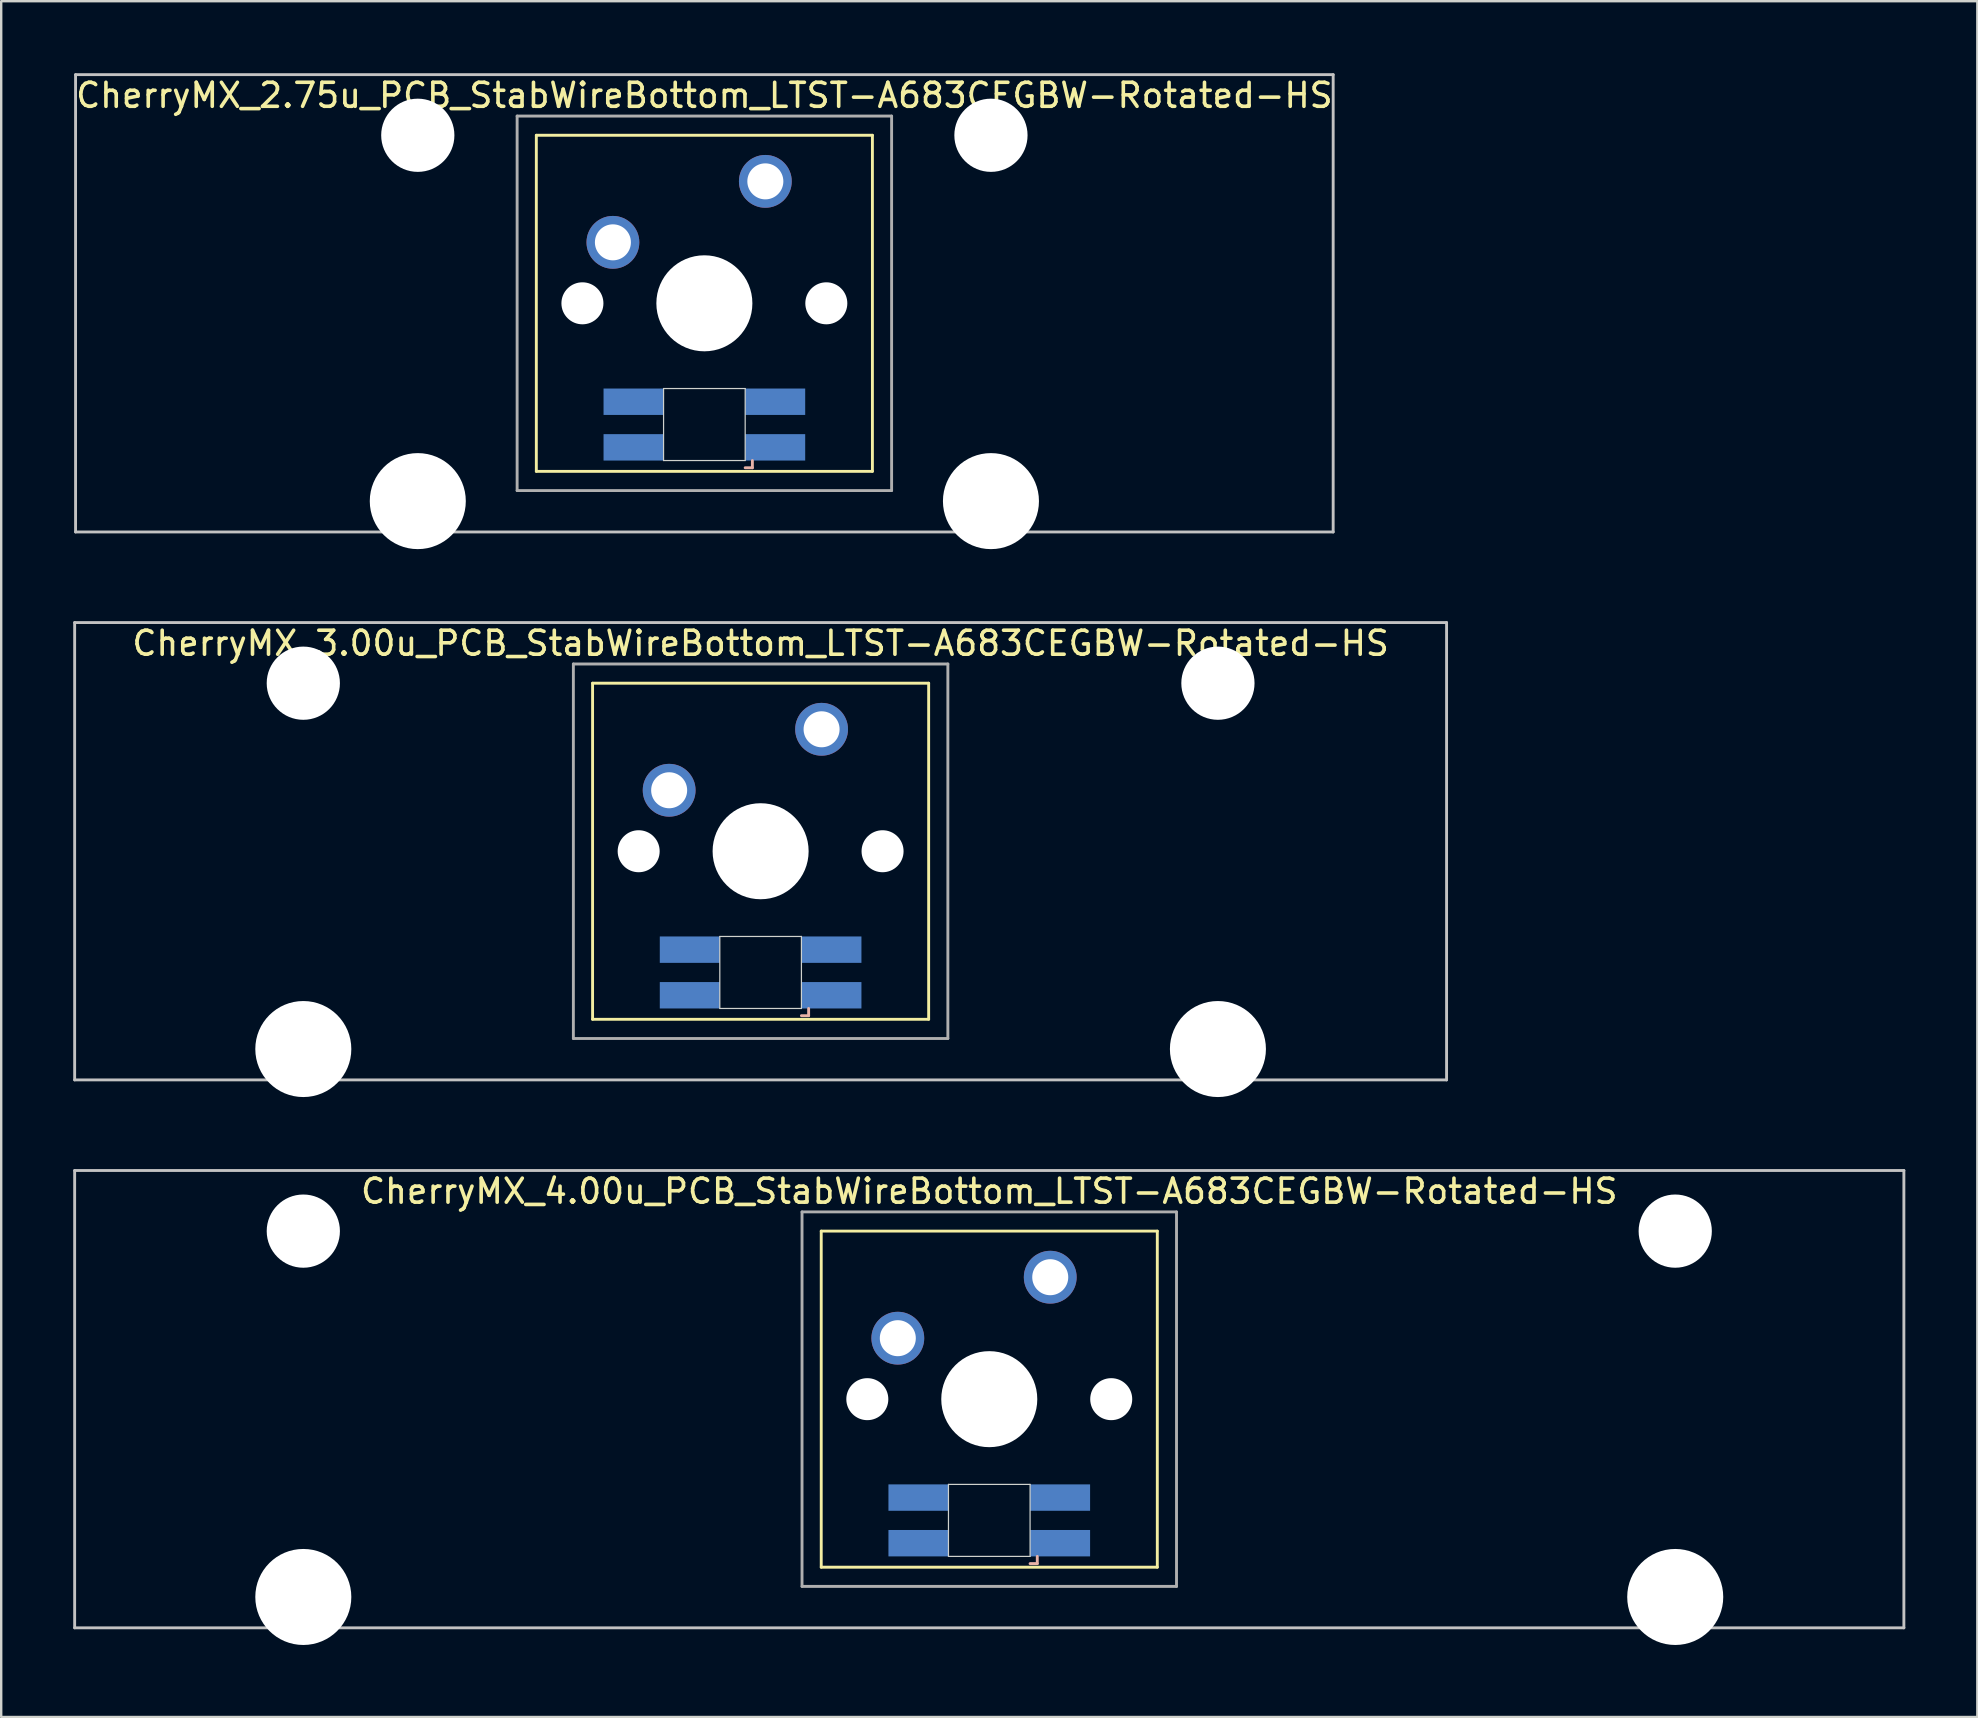
<source format=kicad_pcb>
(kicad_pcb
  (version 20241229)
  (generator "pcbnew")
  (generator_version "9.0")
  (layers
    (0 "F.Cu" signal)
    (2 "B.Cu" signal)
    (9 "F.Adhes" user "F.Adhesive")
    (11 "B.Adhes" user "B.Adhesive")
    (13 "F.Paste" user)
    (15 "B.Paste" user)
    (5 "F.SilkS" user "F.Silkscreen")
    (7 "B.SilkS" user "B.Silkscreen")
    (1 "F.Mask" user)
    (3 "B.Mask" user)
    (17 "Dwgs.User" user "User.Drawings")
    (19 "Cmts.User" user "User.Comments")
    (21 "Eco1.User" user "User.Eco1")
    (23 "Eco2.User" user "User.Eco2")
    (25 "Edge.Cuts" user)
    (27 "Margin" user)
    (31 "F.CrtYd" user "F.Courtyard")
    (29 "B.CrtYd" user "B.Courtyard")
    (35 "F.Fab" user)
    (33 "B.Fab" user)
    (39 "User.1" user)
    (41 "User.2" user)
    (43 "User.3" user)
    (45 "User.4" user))
  (footprint "CherryMX_3.00u_PCB_StabWireBottom_LTST-A683CEGBW-Rotated-HS"
    (layer "F.Cu")
    (at 28.635 32.41)
    (property "Reference" "CherryMX_3.00u_PCB_StabWireBottom_LTST-A683CEGBW-Rotated-HS" (at 0 -8.662 0) (layer "F.SilkS") (effects (font (size 1 1) (thickness 0.15))))
    (attr through_hole)
    (fp_line (start -7 -7) (end -7 7) (stroke (width 0.12) (type solid)) (layer "F.SilkS"))
    (fp_line (start -7 -7) (end 7 -7) (stroke (width 0.12) (type solid)) (layer "F.SilkS"))
    (fp_line (start 7 -7) (end 7 7) (stroke (width 0.12) (type solid)) (layer "F.SilkS"))
    (fp_line (start 7 7) (end -7 7) (stroke (width 0.12) (type solid)) (layer "F.SilkS"))
    (fp_line (start 1.7 6.85) (end 2 6.85) (stroke (width 0.12) (type solid)) (layer "B.SilkS"))
    (fp_line (start 2 6.85) (end 2 6.55) (stroke (width 0.12) (type solid)) (layer "B.SilkS"))
    (fp_line (start -28.575 -9.525) (end 28.575 -9.525) (stroke (width 0.12) (type solid)) (layer "Dwgs.User"))
    (fp_line (start -28.575 9.525) (end -28.575 -9.525) (stroke (width 0.12) (type solid)) (layer "Dwgs.User"))
    (fp_line (start 28.575 -9.525) (end 28.575 9.525) (stroke (width 0.12) (type solid)) (layer "Dwgs.User"))
    (fp_line (start 28.575 9.525) (end -28.575 9.525) (stroke (width 0.12) (type solid)) (layer "Dwgs.User"))
    (fp_line (start -1.7 3.55) (end 1.7 3.55) (stroke (width 0.05) (type solid)) (layer "Edge.Cuts"))
    (fp_line (start -1.7 6.55) (end -1.7 3.55) (stroke (width 0.05) (type solid)) (layer "Edge.Cuts"))
    (fp_line (start 1.7 3.55) (end 1.7 6.55) (stroke (width 0.05) (type solid)) (layer "Edge.Cuts"))
    (fp_line (start 1.7 6.55) (end -1.7 6.55) (stroke (width 0.05) (type solid)) (layer "Edge.Cuts"))
    (fp_line (start -7.8 -7.8) (end -7.8 7.8) (stroke (width 0.12) (type solid)) (layer "F.Fab"))
    (fp_line (start -7.8 -7.8) (end 7.8 -7.8) (stroke (width 0.12) (type solid)) (layer "F.Fab"))
    (fp_line (start -7.8 7.8) (end 7.8 7.8) (stroke (width 0.12) (type solid)) (layer "F.Fab"))
    (fp_line (start 7.8 -7.8) (end 7.8 7.8) (stroke (width 0.12) (type solid)) (layer "F.Fab"))
    (pad "" np_thru_hole circle (at -19.05 -7) (size 3.05 3.05) (drill 3.05) (layers "*.Cu" "*.Mask"))
    (pad "" np_thru_hole circle (at -19.05 8.24) (size 4 4) (drill 4) (layers "*.Cu" "*.Mask"))
    (pad "" np_thru_hole circle (at -5.08 0) (size 1.75 1.75) (drill 1.75) (layers "*.Cu" "*.Mask"))
    (pad "" np_thru_hole circle (at 0 0) (size 4 4) (drill 4) (layers "*.Cu" "*.Mask"))
    (pad "" np_thru_hole circle (at 5.08 0) (size 1.75 1.75) (drill 1.75) (layers "*.Cu" "*.Mask"))
    (pad "" np_thru_hole circle (at 19.05 -7) (size 3.05 3.05) (drill 3.05) (layers "*.Cu" "*.Mask"))
    (pad "" np_thru_hole circle (at 19.05 8.24) (size 4 4) (drill 4) (layers "*.Cu" "*.Mask"))
    (pad "1" thru_hole circle (at -3.81 -2.54) (size 2.2 2.2) (drill 1.5) (layers "*.Cu" "*.Mask"))
    (pad "2" thru_hole circle (at 2.54 -5.08) (size 2.2 2.2) (drill 1.5) (layers "*.Cu" "*.Mask"))
    (pad "3" smd rect (at 2.95 6) (size 2.5 1.1) (layers "B.Cu" "B.Mask" "B.Paste"))
    (pad "4" smd rect (at 2.95 4.1) (size 2.5 1.1) (layers "B.Cu" "B.Mask" "B.Paste"))
    (pad "5" smd rect (at -2.95 6) (size 2.5 1.1) (layers "B.Cu" "B.Mask" "B.Paste"))
    (pad "6" smd rect (at -2.95 4.1) (size 2.5 1.1) (layers "B.Cu" "B.Mask" "B.Paste")))
  (footprint "CherryMX_4.00u_PCB_StabWireBottom_LTST-A683CEGBW-Rotated-HS"
    (layer "F.Cu")
    (at 38.16 55.235)
    (property "Reference" "CherryMX_4.00u_PCB_StabWireBottom_LTST-A683CEGBW-Rotated-HS" (at 0 -8.662 0) (layer "F.SilkS") (effects (font (size 1 1) (thickness 0.15))))
    (attr through_hole)
    (fp_line (start -7 -7) (end -7 7) (stroke (width 0.12) (type solid)) (layer "F.SilkS"))
    (fp_line (start -7 -7) (end 7 -7) (stroke (width 0.12) (type solid)) (layer "F.SilkS"))
    (fp_line (start 7 -7) (end 7 7) (stroke (width 0.12) (type solid)) (layer "F.SilkS"))
    (fp_line (start 7 7) (end -7 7) (stroke (width 0.12) (type solid)) (layer "F.SilkS"))
    (fp_line (start 1.7 6.85) (end 2 6.85) (stroke (width 0.12) (type solid)) (layer "B.SilkS"))
    (fp_line (start 2 6.85) (end 2 6.55) (stroke (width 0.12) (type solid)) (layer "B.SilkS"))
    (fp_line (start -38.1 -9.525) (end 38.1 -9.525) (stroke (width 0.12) (type solid)) (layer "Dwgs.User"))
    (fp_line (start -38.1 9.525) (end -38.1 -9.525) (stroke (width 0.12) (type solid)) (layer "Dwgs.User"))
    (fp_line (start 38.1 -9.525) (end 38.1 9.525) (stroke (width 0.12) (type solid)) (layer "Dwgs.User"))
    (fp_line (start 38.1 9.525) (end -38.1 9.525) (stroke (width 0.12) (type solid)) (layer "Dwgs.User"))
    (fp_line (start -1.7 3.55) (end 1.7 3.55) (stroke (width 0.05) (type solid)) (layer "Edge.Cuts"))
    (fp_line (start -1.7 6.55) (end -1.7 3.55) (stroke (width 0.05) (type solid)) (layer "Edge.Cuts"))
    (fp_line (start 1.7 3.55) (end 1.7 6.55) (stroke (width 0.05) (type solid)) (layer "Edge.Cuts"))
    (fp_line (start 1.7 6.55) (end -1.7 6.55) (stroke (width 0.05) (type solid)) (layer "Edge.Cuts"))
    (fp_line (start -7.8 -7.8) (end -7.8 7.8) (stroke (width 0.12) (type solid)) (layer "F.Fab"))
    (fp_line (start -7.8 -7.8) (end 7.8 -7.8) (stroke (width 0.12) (type solid)) (layer "F.Fab"))
    (fp_line (start -7.8 7.8) (end 7.8 7.8) (stroke (width 0.12) (type solid)) (layer "F.Fab"))
    (fp_line (start 7.8 -7.8) (end 7.8 7.8) (stroke (width 0.12) (type solid)) (layer "F.Fab"))
    (pad "" np_thru_hole circle (at -28.575 -7) (size 3.05 3.05) (drill 3.05) (layers "*.Cu" "*.Mask"))
    (pad "" np_thru_hole circle (at -28.575 8.24) (size 4 4) (drill 4) (layers "*.Cu" "*.Mask"))
    (pad "" np_thru_hole circle (at -5.08 0) (size 1.75 1.75) (drill 1.75) (layers "*.Cu" "*.Mask"))
    (pad "" np_thru_hole circle (at 0 0) (size 4 4) (drill 4) (layers "*.Cu" "*.Mask"))
    (pad "" np_thru_hole circle (at 5.08 0) (size 1.75 1.75) (drill 1.75) (layers "*.Cu" "*.Mask"))
    (pad "" np_thru_hole circle (at 28.575 -7) (size 3.05 3.05) (drill 3.05) (layers "*.Cu" "*.Mask"))
    (pad "" np_thru_hole circle (at 28.575 8.24) (size 4 4) (drill 4) (layers "*.Cu" "*.Mask"))
    (pad "1" thru_hole circle (at -3.81 -2.54) (size 2.2 2.2) (drill 1.5) (layers "*.Cu" "*.Mask"))
    (pad "2" thru_hole circle (at 2.54 -5.08) (size 2.2 2.2) (drill 1.5) (layers "*.Cu" "*.Mask"))
    (pad "3" smd rect (at 2.95 6) (size 2.5 1.1) (layers "B.Cu" "B.Mask" "B.Paste"))
    (pad "4" smd rect (at 2.95 4.1) (size 2.5 1.1) (layers "B.Cu" "B.Mask" "B.Paste"))
    (pad "5" smd rect (at -2.95 6) (size 2.5 1.1) (layers "B.Cu" "B.Mask" "B.Paste"))
    (pad "6" smd rect (at -2.95 4.1) (size 2.5 1.1) (layers "B.Cu" "B.Mask" "B.Paste")))
  (footprint "CherryMX_2.75u_PCB_StabWireBottom_LTST-A683CEGBW-Rotated-HS"
    (layer "F.Cu")
    (at 26.292 9.585)
    (property "Reference" "CherryMX_2.75u_PCB_StabWireBottom_LTST-A683CEGBW-Rotated-HS" (at 0 -8.662 0) (layer "F.SilkS") (effects (font (size 1 1) (thickness 0.15))))
    (attr through_hole)
    (fp_line (start -7 -7) (end -7 7) (stroke (width 0.12) (type solid)) (layer "F.SilkS"))
    (fp_line (start -7 -7) (end 7 -7) (stroke (width 0.12) (type solid)) (layer "F.SilkS"))
    (fp_line (start 7 -7) (end 7 7) (stroke (width 0.12) (type solid)) (layer "F.SilkS"))
    (fp_line (start 7 7) (end -7 7) (stroke (width 0.12) (type solid)) (layer "F.SilkS"))
    (fp_line (start 1.7 6.85) (end 2 6.85) (stroke (width 0.12) (type solid)) (layer "B.SilkS"))
    (fp_line (start 2 6.85) (end 2 6.55) (stroke (width 0.12) (type solid)) (layer "B.SilkS"))
    (fp_line (start -26.194 -9.525) (end 26.194 -9.525) (stroke (width 0.12) (type solid)) (layer "Dwgs.User"))
    (fp_line (start -26.194 9.525) (end -26.194 -9.525) (stroke (width 0.12) (type solid)) (layer "Dwgs.User"))
    (fp_line (start 26.194 -9.525) (end 26.194 9.525) (stroke (width 0.12) (type solid)) (layer "Dwgs.User"))
    (fp_line (start 26.194 9.525) (end -26.194 9.525) (stroke (width 0.12) (type solid)) (layer "Dwgs.User"))
    (fp_line (start -1.7 3.55) (end 1.7 3.55) (stroke (width 0.05) (type solid)) (layer "Edge.Cuts"))
    (fp_line (start -1.7 6.55) (end -1.7 3.55) (stroke (width 0.05) (type solid)) (layer "Edge.Cuts"))
    (fp_line (start 1.7 3.55) (end 1.7 6.55) (stroke (width 0.05) (type solid)) (layer "Edge.Cuts"))
    (fp_line (start 1.7 6.55) (end -1.7 6.55) (stroke (width 0.05) (type solid)) (layer "Edge.Cuts"))
    (fp_line (start -7.8 -7.8) (end -7.8 7.8) (stroke (width 0.12) (type solid)) (layer "F.Fab"))
    (fp_line (start -7.8 -7.8) (end 7.8 -7.8) (stroke (width 0.12) (type solid)) (layer "F.Fab"))
    (fp_line (start -7.8 7.8) (end 7.8 7.8) (stroke (width 0.12) (type solid)) (layer "F.Fab"))
    (fp_line (start 7.8 -7.8) (end 7.8 7.8) (stroke (width 0.12) (type solid)) (layer "F.Fab"))
    (pad "" np_thru_hole circle (at -11.938 -7) (size 3.05 3.05) (drill 3.05) (layers "*.Cu" "*.Mask"))
    (pad "" np_thru_hole circle (at -11.938 8.24) (size 4 4) (drill 4) (layers "*.Cu" "*.Mask"))
    (pad "" np_thru_hole circle (at -5.08 0) (size 1.75 1.75) (drill 1.75) (layers "*.Cu" "*.Mask"))
    (pad "" np_thru_hole circle (at 0 0) (size 4 4) (drill 4) (layers "*.Cu" "*.Mask"))
    (pad "" np_thru_hole circle (at 5.08 0) (size 1.75 1.75) (drill 1.75) (layers "*.Cu" "*.Mask"))
    (pad "" np_thru_hole circle (at 11.938 -7) (size 3.05 3.05) (drill 3.05) (layers "*.Cu" "*.Mask"))
    (pad "" np_thru_hole circle (at 11.938 8.24) (size 4 4) (drill 4) (layers "*.Cu" "*.Mask"))
    (pad "1" thru_hole circle (at -3.81 -2.54) (size 2.2 2.2) (drill 1.5) (layers "*.Cu" "*.Mask"))
    (pad "2" thru_hole circle (at 2.54 -5.08) (size 2.2 2.2) (drill 1.5) (layers "*.Cu" "*.Mask"))
    (pad "3" smd rect (at 2.95 6) (size 2.5 1.1) (layers "B.Cu" "B.Mask" "B.Paste"))
    (pad "4" smd rect (at 2.95 4.1) (size 2.5 1.1) (layers "B.Cu" "B.Mask" "B.Paste"))
    (pad "5" smd rect (at -2.95 6) (size 2.5 1.1) (layers "B.Cu" "B.Mask" "B.Paste"))
    (pad "6" smd rect (at -2.95 4.1) (size 2.5 1.1) (layers "B.Cu" "B.Mask" "B.Paste")))
  (gr_rect
    (start -3 -3)
    (end 79.32 68.475)
    (stroke (width 0.1) (type default))
    (fill no)
    (layer "Edge.Cuts")))
</source>
